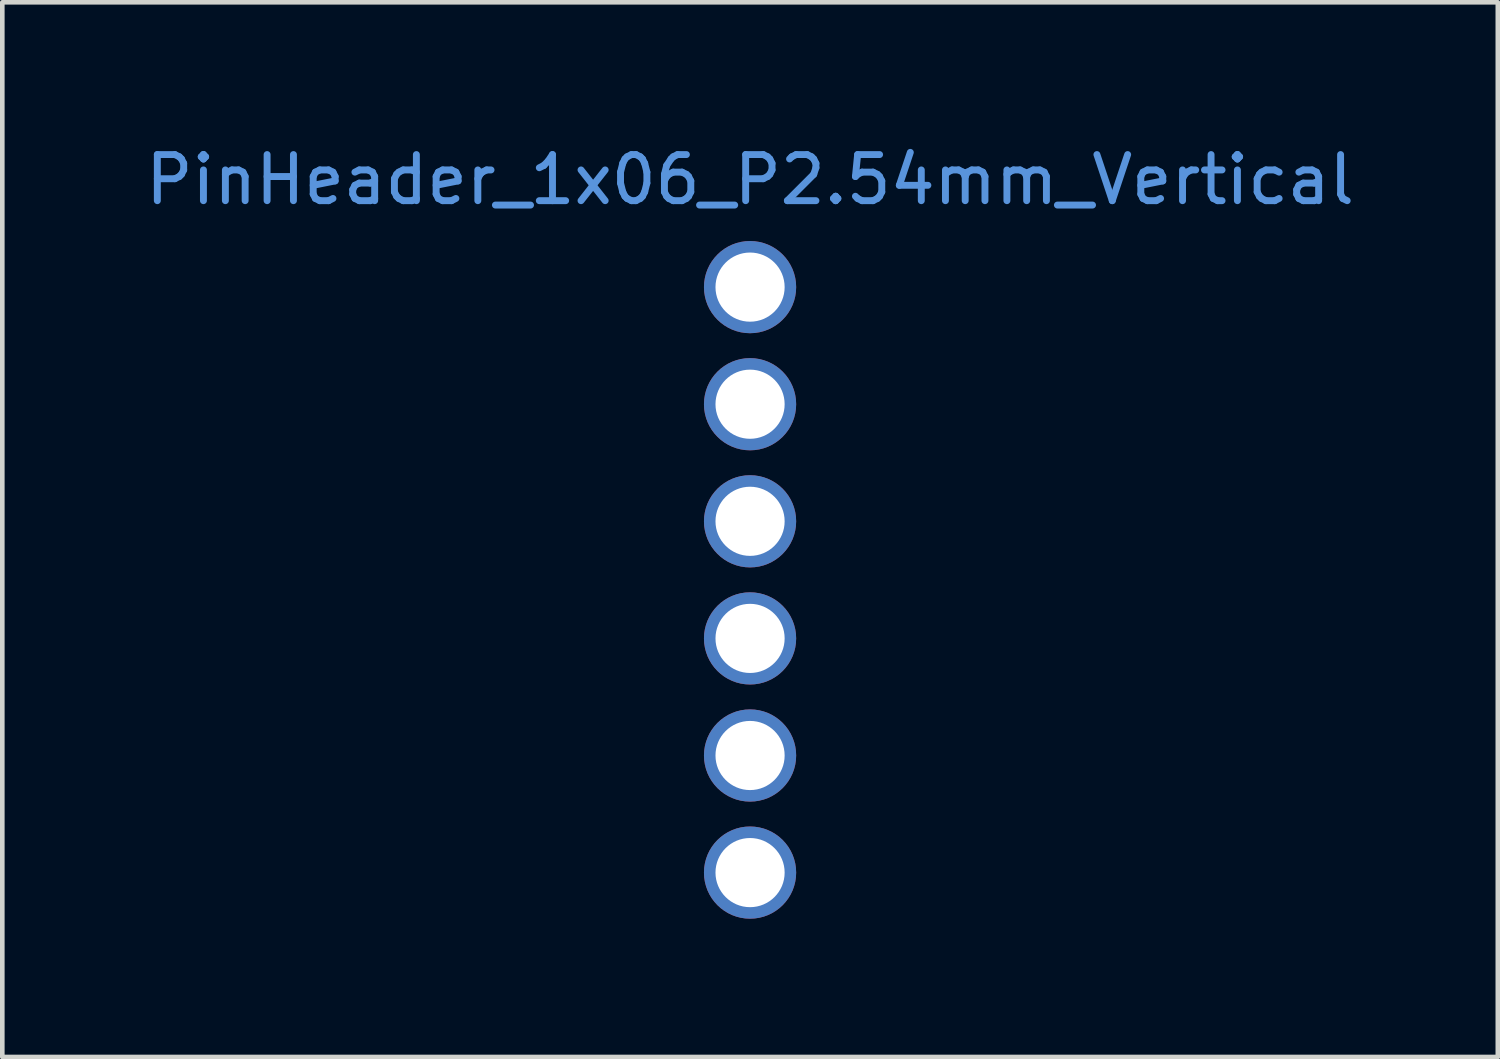
<source format=kicad_pcb>
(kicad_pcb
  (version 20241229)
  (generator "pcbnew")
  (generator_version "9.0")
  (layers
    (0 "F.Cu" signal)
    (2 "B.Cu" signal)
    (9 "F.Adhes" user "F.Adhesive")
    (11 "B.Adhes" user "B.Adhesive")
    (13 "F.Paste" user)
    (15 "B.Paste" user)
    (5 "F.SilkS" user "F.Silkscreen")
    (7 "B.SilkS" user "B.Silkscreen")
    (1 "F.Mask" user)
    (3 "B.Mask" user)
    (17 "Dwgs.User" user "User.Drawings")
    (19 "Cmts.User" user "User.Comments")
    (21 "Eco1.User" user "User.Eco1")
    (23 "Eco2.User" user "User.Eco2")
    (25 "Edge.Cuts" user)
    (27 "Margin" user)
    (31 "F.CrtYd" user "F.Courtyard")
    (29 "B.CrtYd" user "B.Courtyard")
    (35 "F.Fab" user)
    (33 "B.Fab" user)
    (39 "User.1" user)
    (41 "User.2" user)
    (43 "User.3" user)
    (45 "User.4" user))
  (footprint "PinHeader_1x06_P2.54mm_Vertical"
    (layer "F.Cu")
    (at 13.22 3.178)
    (property "Reference" "PinHeader_1x06_P2.54mm_Vertical" (at 0 -2.33 0) (layer "Cmts.User") (effects (font (size 1 1) (thickness 0.15))))
    (attr through_hole)
    (pad "1" thru_hole circle (at 0 0) (size 2 2) (drill 1.5) (layers "*.Cu" "*.Mask"))
    (pad "2" thru_hole circle (at 0 2.54) (size 2 2) (drill 1.5) (layers "*.Cu" "*.Mask"))
    (pad "3" thru_hole circle (at 0 5.08) (size 2 2) (drill 1.5) (layers "*.Cu" "*.Mask"))
    (pad "4" thru_hole circle (at 0 7.62) (size 2 2) (drill 1.5) (layers "*.Cu" "*.Mask"))
    (pad "5" thru_hole circle (at 0 10.16) (size 2 2) (drill 1.5) (layers "*.Cu" "*.Mask"))
    (pad "6" thru_hole circle (at 0 12.7) (size 2 2) (drill 1.5) (layers "*.Cu" "*.Mask")))
  (gr_rect
    (start -3 -3)
    (end 29.44 19.878)
    (stroke (width 0.1) (type default))
    (fill no)
    (layer "Edge.Cuts")))
</source>
